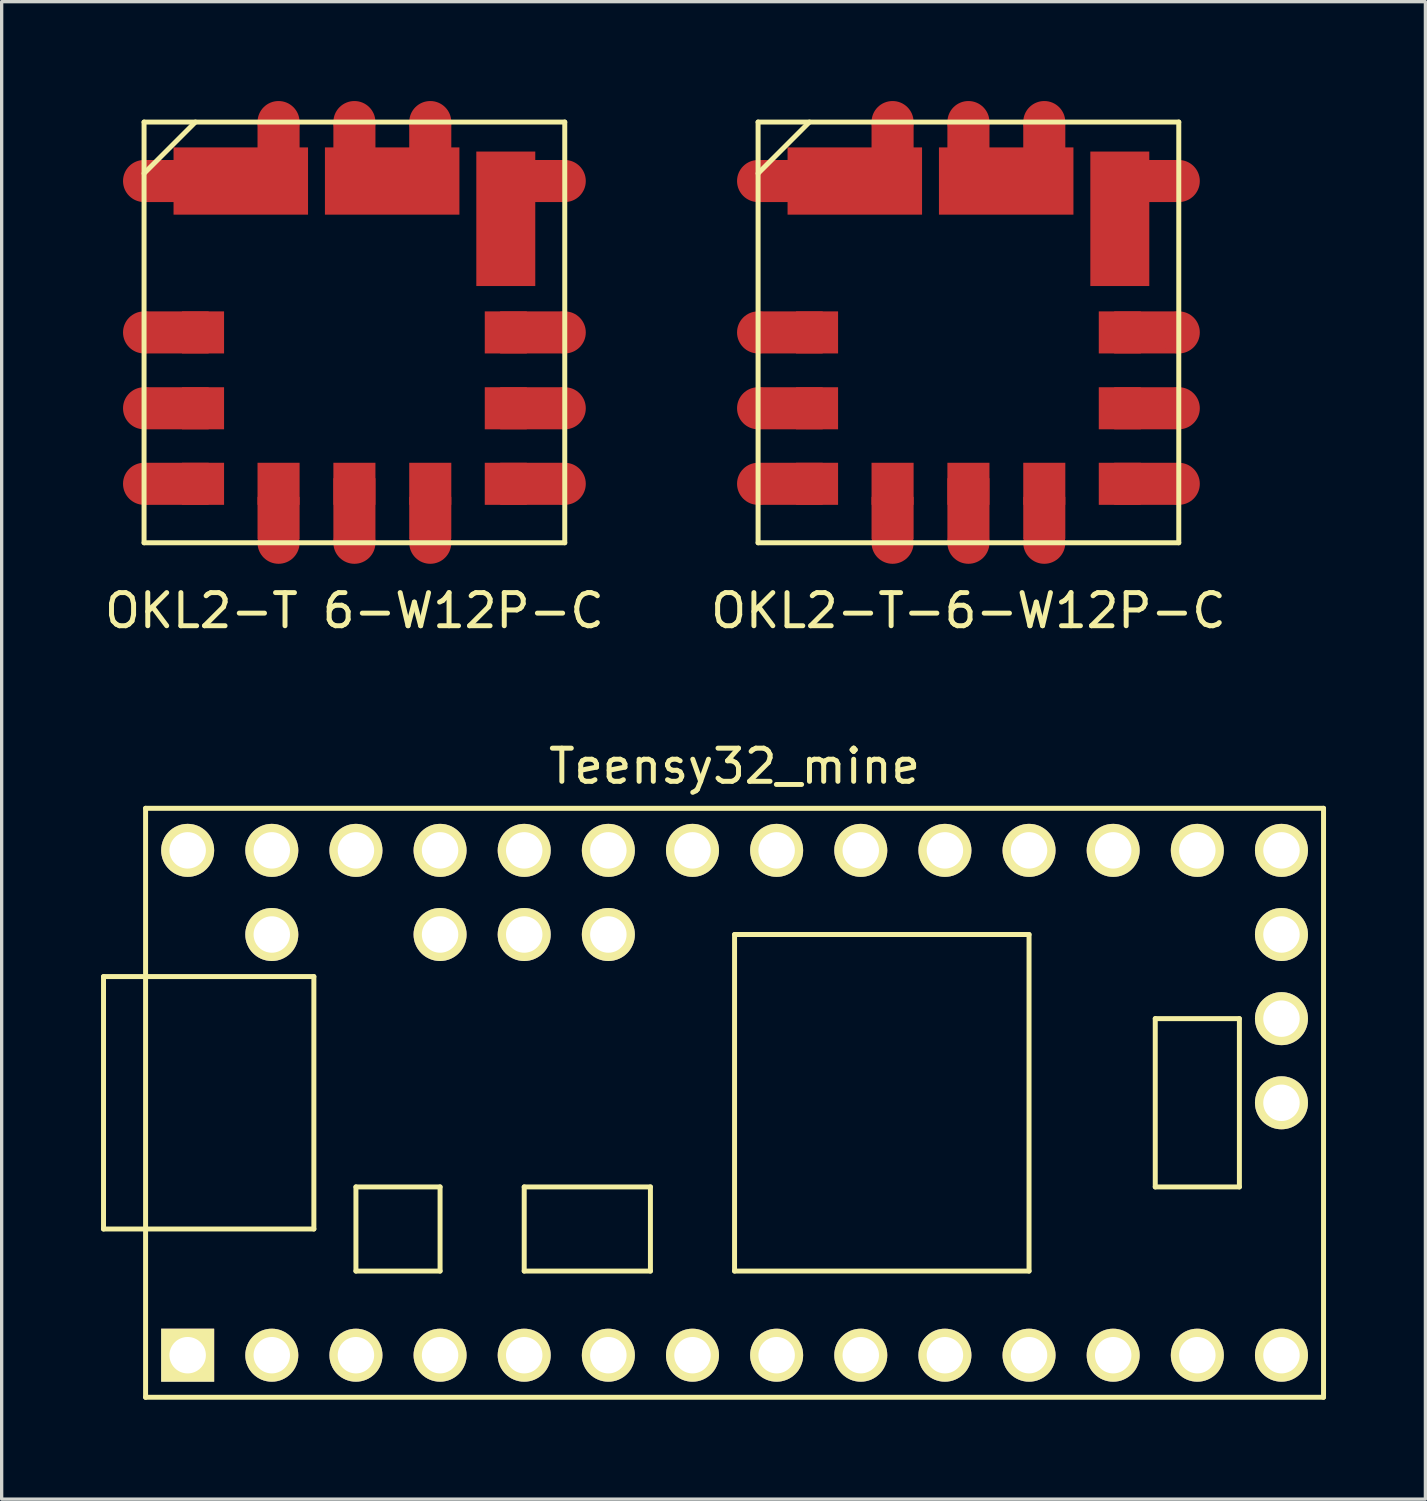
<source format=kicad_pcb>
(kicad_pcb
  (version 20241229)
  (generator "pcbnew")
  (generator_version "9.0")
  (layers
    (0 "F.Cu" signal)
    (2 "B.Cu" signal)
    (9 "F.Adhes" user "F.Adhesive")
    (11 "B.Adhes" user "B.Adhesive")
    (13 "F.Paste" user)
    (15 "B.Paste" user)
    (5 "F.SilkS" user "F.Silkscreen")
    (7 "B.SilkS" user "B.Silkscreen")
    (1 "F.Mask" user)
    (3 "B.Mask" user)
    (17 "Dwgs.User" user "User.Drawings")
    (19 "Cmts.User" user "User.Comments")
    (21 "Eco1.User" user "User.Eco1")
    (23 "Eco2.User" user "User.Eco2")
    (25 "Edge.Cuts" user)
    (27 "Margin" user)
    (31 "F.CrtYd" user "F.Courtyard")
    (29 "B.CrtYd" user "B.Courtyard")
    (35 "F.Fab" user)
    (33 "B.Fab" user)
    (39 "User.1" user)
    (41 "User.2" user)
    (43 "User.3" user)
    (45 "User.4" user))
  (footprint "OKL2-T 6-W12P-C"
    (layer "F.Cu")
    (at 7.649 6.985)
    (property "Reference" "OKL2-T 6-W12P-C" (at 0 8.4 0) (layer "F.SilkS") (effects (font (size 1 1) (thickness 0.15))))
    (attr through_hole)
    (fp_line (start -6.35 -6.35) (end -6.35 6.35) (stroke (width 0.15) (type solid)) (layer "F.SilkS"))
    (fp_line (start -6.35 6.35) (end 6.35 6.35) (stroke (width 0.15) (type solid)) (layer "F.SilkS"))
    (fp_line (start -4.8 -6.35) (end -6.35 -4.8) (stroke (width 0.15) (type solid)) (layer "F.SilkS"))
    (fp_line (start 6.35 -6.35) (end -6.35 -6.35) (stroke (width 0.15) (type solid)) (layer "F.SilkS"))
    (fp_line (start 6.35 -6.35) (end 6.35 6.35) (stroke (width 0.15) (type solid)) (layer "F.SilkS"))
    (pad "1" smd circle (at -6.35 0) (size 1.27 1.27) (layers "F.Cu"))
    (pad "1" smd rect (at -5.4 0) (size 2 1.27) (layers "F.Cu"))
    (pad "1" smd rect (at -4.57 0) (size 1.27 1.27) (layers "F.Cu" "F.Mask" "F.Paste"))
    (pad "2" smd circle (at -6.35 -4.57) (size 1.27 1.27) (layers "F.Cu"))
    (pad "2" smd rect (at -5.4 -4.57) (size 2 1.27) (layers "F.Cu"))
    (pad "2" smd rect (at -3.43 -4.57) (size 4.06 2.03) (layers "F.Cu" "F.Mask" "F.Paste"))
    (pad "2" smd circle (at -2.29 -6.35) (size 1.27 1.27) (layers "F.Cu"))
    (pad "2" smd rect (at -2.29 -5.4) (size 1.27 2) (layers "F.Cu"))
    (pad "3" smd circle (at 0 -6.35) (size 1.27 1.27) (layers "F.Cu"))
    (pad "3" smd rect (at 0 -5.4) (size 1.27 2) (layers "F.Cu"))
    (pad "3" smd rect (at 1.14 -4.57) (size 4.06 2.03) (layers "F.Cu" "F.Mask" "F.Paste"))
    (pad "3" smd circle (at 2.29 -6.35) (size 1.27 1.27) (layers "F.Cu"))
    (pad "3" smd rect (at 2.29 -5.4) (size 1.27 2) (layers "F.Cu"))
    (pad "4" smd rect (at 4.57 -3.43) (size 1.78 4.06) (layers "F.Cu" "F.Mask" "F.Paste"))
    (pad "4" smd rect (at 5.4 -4.57) (size 2 1.27) (layers "F.Cu"))
    (pad "4" smd circle (at 6.35 -4.57) (size 1.27 1.27) (layers "F.Cu"))
    (pad "5" smd rect (at 4.57 0) (size 1.27 1.27) (layers "F.Cu" "F.Mask" "F.Paste"))
    (pad "5" smd rect (at 5.4 0) (size 2 1.27) (layers "F.Cu"))
    (pad "5" smd circle (at 6.35 0) (size 1.27 1.27) (layers "F.Cu"))
    (pad "6" smd rect (at 4.57 4.57) (size 1.27 1.27) (layers "F.Cu" "F.Mask" "F.Paste"))
    (pad "6" smd rect (at 5.4 4.57) (size 2 1.27) (layers "F.Cu"))
    (pad "6" smd circle (at 6.35 4.57) (size 1.27 1.27) (layers "F.Cu"))
    (pad "7" smd rect (at 0 4.57) (size 1.27 1.27) (layers "F.Cu" "F.Mask" "F.Paste"))
    (pad "7" smd rect (at 0 5.4) (size 1.27 2) (layers "F.Cu"))
    (pad "7" smd circle (at 0 6.35) (size 1.27 1.27) (layers "F.Cu"))
    (pad "8" smd rect (at -2.29 4.57) (size 1.27 1.27) (layers "F.Cu" "F.Mask" "F.Paste"))
    (pad "8" smd rect (at -2.29 5.6) (size 1.27 1.27) (layers "F.Cu"))
    (pad "8" smd circle (at -2.29 6.35) (size 1.27 1.27) (layers "F.Cu"))
    (pad "9" smd circle (at -6.35 4.57) (size 1.27 1.27) (layers "F.Cu"))
    (pad "9" smd rect (at -5.4 4.57) (size 2 1.27) (layers "F.Cu"))
    (pad "9" smd rect (at -4.57 4.57) (size 1.27 1.27) (layers "F.Cu" "F.Mask" "F.Paste"))
    (pad "10" smd circle (at -6.35 2.29) (size 1.27 1.27) (layers "F.Cu"))
    (pad "10" smd rect (at -5.4 2.29) (size 2 1.27) (layers "F.Cu"))
    (pad "10" smd rect (at -4.57 2.29) (size 1.27 1.27) (layers "F.Cu" "F.Mask" "F.Paste"))
    (pad "11" smd rect (at 4.57 2.29) (size 1.27 1.27) (layers "F.Cu" "F.Mask" "F.Paste"))
    (pad "11" smd rect (at 5.4 2.29) (size 2 1.27) (layers "F.Cu"))
    (pad "11" smd circle (at 6.35 2.29) (size 1.27 1.27) (layers "F.Cu"))
    (pad "12" smd rect (at 2.29 4.57) (size 1.27 1.27) (layers "F.Cu" "F.Mask" "F.Paste"))
    (pad "12" smd rect (at 2.29 5.6) (size 1.27 1.27) (layers "F.Cu"))
    (pad "12" smd circle (at 2.29 6.35) (size 1.27 1.27) (layers "F.Cu")))
  (footprint "OKL2-T-6-W12P-C"
    (layer "F.Cu")
    (at 26.185 6.985)
    (property "Reference" "OKL2-T-6-W12P-C" (at 0 8.4 0) (layer "F.SilkS") (effects (font (size 1 1) (thickness 0.15))))
    (attr smd)
    (fp_line (start -6.35 -6.35) (end -6.35 6.35) (stroke (width 0.15) (type solid)) (layer "F.SilkS"))
    (fp_line (start -6.35 6.35) (end 6.35 6.35) (stroke (width 0.15) (type solid)) (layer "F.SilkS"))
    (fp_line (start -4.8 -6.35) (end -6.35 -4.8) (stroke (width 0.15) (type solid)) (layer "F.SilkS"))
    (fp_line (start 6.35 -6.35) (end -6.35 -6.35) (stroke (width 0.15) (type solid)) (layer "F.SilkS"))
    (fp_line (start 6.35 -6.35) (end 6.35 6.35) (stroke (width 0.15) (type solid)) (layer "F.SilkS"))
    (pad "1" smd circle (at -6.35 0) (size 1.27 1.27) (layers "F.Cu"))
    (pad "1" smd rect (at -5.4 0) (size 2 1.27) (layers "F.Cu"))
    (pad "1" smd rect (at -4.57 0) (size 1.27 1.27) (layers "F.Cu" "F.Mask" "F.Paste"))
    (pad "2" smd circle (at -6.35 -4.57) (size 1.27 1.27) (layers "F.Cu"))
    (pad "2" smd rect (at -5.4 -4.57) (size 2 1.27) (layers "F.Cu"))
    (pad "2" smd rect (at -3.43 -4.57) (size 4.06 2.03) (layers "F.Cu" "F.Mask" "F.Paste"))
    (pad "2" smd circle (at -2.29 -6.35) (size 1.27 1.27) (layers "F.Cu"))
    (pad "2" smd rect (at -2.29 -5.4) (size 1.27 2) (layers "F.Cu"))
    (pad "3" smd circle (at 0 -6.35) (size 1.27 1.27) (layers "F.Cu"))
    (pad "3" smd rect (at 0 -5.4) (size 1.27 2) (layers "F.Cu"))
    (pad "3" smd rect (at 1.14 -4.57) (size 4.06 2.03) (layers "F.Cu" "F.Mask" "F.Paste"))
    (pad "3" smd circle (at 2.29 -6.35) (size 1.27 1.27) (layers "F.Cu"))
    (pad "3" smd rect (at 2.29 -5.4) (size 1.27 2) (layers "F.Cu"))
    (pad "4" smd rect (at 4.57 -3.43) (size 1.78 4.06) (layers "F.Cu" "F.Mask" "F.Paste"))
    (pad "4" smd rect (at 5.4 -4.57) (size 2 1.27) (layers "F.Cu"))
    (pad "4" smd circle (at 6.35 -4.57) (size 1.27 1.27) (layers "F.Cu"))
    (pad "5" smd rect (at 4.57 0) (size 1.27 1.27) (layers "F.Cu" "F.Mask" "F.Paste"))
    (pad "5" smd rect (at 5.4 0) (size 2 1.27) (layers "F.Cu"))
    (pad "5" smd circle (at 6.35 0) (size 1.27 1.27) (layers "F.Cu"))
    (pad "6" smd rect (at 4.57 4.57) (size 1.27 1.27) (layers "F.Cu" "F.Mask" "F.Paste"))
    (pad "6" smd rect (at 5.4 4.57) (size 2 1.27) (layers "F.Cu"))
    (pad "6" smd circle (at 6.35 4.57) (size 1.27 1.27) (layers "F.Cu"))
    (pad "7" smd rect (at 0 4.57) (size 1.27 1.27) (layers "F.Cu" "F.Mask" "F.Paste"))
    (pad "7" smd rect (at 0 5.4) (size 1.27 2) (layers "F.Cu"))
    (pad "7" smd circle (at 0 6.35) (size 1.27 1.27) (layers "F.Cu"))
    (pad "8" smd rect (at -2.29 4.57) (size 1.27 1.27) (layers "F.Cu" "F.Mask" "F.Paste"))
    (pad "8" smd rect (at -2.29 5.6) (size 1.27 1.27) (layers "F.Cu"))
    (pad "8" smd circle (at -2.29 6.35) (size 1.27 1.27) (layers "F.Cu"))
    (pad "9" smd circle (at -6.35 4.57) (size 1.27 1.27) (layers "F.Cu"))
    (pad "9" smd rect (at -5.4 4.57) (size 2 1.27) (layers "F.Cu"))
    (pad "9" smd rect (at -4.57 4.57) (size 1.27 1.27) (layers "F.Cu" "F.Mask" "F.Paste"))
    (pad "10" smd circle (at -6.35 2.29) (size 1.27 1.27) (layers "F.Cu"))
    (pad "10" smd rect (at -5.4 2.29) (size 2 1.27) (layers "F.Cu"))
    (pad "10" smd rect (at -4.57 2.29) (size 1.27 1.27) (layers "F.Cu" "F.Mask" "F.Paste"))
    (pad "11" smd rect (at 4.57 2.29) (size 1.27 1.27) (layers "F.Cu" "F.Mask" "F.Paste"))
    (pad "11" smd rect (at 5.4 2.29) (size 2 1.27) (layers "F.Cu"))
    (pad "11" smd circle (at 6.35 2.29) (size 1.27 1.27) (layers "F.Cu"))
    (pad "12" smd rect (at 2.29 4.57) (size 1.27 1.27) (layers "F.Cu" "F.Mask" "F.Paste"))
    (pad "12" smd rect (at 2.29 5.6) (size 1.27 1.27) (layers "F.Cu"))
    (pad "12" smd circle (at 2.29 6.35) (size 1.27 1.27) (layers "F.Cu")))
  (footprint "Teensy32_mine"
    (layer "F.Cu")
    (at 19.125 30.241)
    (property "Reference" "Teensy32_mine" (at 0 -10.16 0) (layer "F.SilkS") (effects (font (size 1 1) (thickness 0.15))))
    (attr through_hole)
    (fp_line (start -19.05 -3.81) (end -17.78 -3.81) (stroke (width 0.15) (type solid)) (layer "F.SilkS"))
    (fp_line (start -19.05 3.81) (end -19.05 -3.81) (stroke (width 0.15) (type solid)) (layer "F.SilkS"))
    (fp_line (start -17.78 -8.89) (end 17.78 -8.89) (stroke (width 0.15) (type solid)) (layer "F.SilkS"))
    (fp_line (start -17.78 3.81) (end -19.05 3.81) (stroke (width 0.15) (type solid)) (layer "F.SilkS"))
    (fp_line (start -17.78 8.89) (end -17.78 -8.89) (stroke (width 0.15) (type solid)) (layer "F.SilkS"))
    (fp_line (start -12.7 -3.81) (end -17.78 -3.81) (stroke (width 0.15) (type solid)) (layer "F.SilkS"))
    (fp_line (start -12.7 3.81) (end -17.78 3.81) (stroke (width 0.15) (type solid)) (layer "F.SilkS"))
    (fp_line (start -12.7 3.81) (end -12.7 -3.81) (stroke (width 0.15) (type solid)) (layer "F.SilkS"))
    (fp_line (start -11.43 2.54) (end -11.43 5.08) (stroke (width 0.15) (type solid)) (layer "F.SilkS"))
    (fp_line (start -11.43 5.08) (end -8.89 5.08) (stroke (width 0.15) (type solid)) (layer "F.SilkS"))
    (fp_line (start -8.89 2.54) (end -11.43 2.54) (stroke (width 0.15) (type solid)) (layer "F.SilkS"))
    (fp_line (start -8.89 5.08) (end -8.89 2.54) (stroke (width 0.15) (type solid)) (layer "F.SilkS"))
    (fp_line (start -6.35 2.54) (end -6.35 5.08) (stroke (width 0.15) (type solid)) (layer "F.SilkS"))
    (fp_line (start -6.35 5.08) (end -2.54 5.08) (stroke (width 0.15) (type solid)) (layer "F.SilkS"))
    (fp_line (start -2.54 2.54) (end -6.35 2.54) (stroke (width 0.15) (type solid)) (layer "F.SilkS"))
    (fp_line (start -2.54 5.08) (end -2.54 2.54) (stroke (width 0.15) (type solid)) (layer "F.SilkS"))
    (fp_line (start 0 -5.08) (end 0 5.08) (stroke (width 0.15) (type solid)) (layer "F.SilkS"))
    (fp_line (start 8.89 -5.08) (end 0 -5.08) (stroke (width 0.15) (type solid)) (layer "F.SilkS"))
    (fp_line (start 8.89 5.08) (end 0 5.08) (stroke (width 0.15) (type solid)) (layer "F.SilkS"))
    (fp_line (start 8.89 5.08) (end 8.89 -5.08) (stroke (width 0.15) (type solid)) (layer "F.SilkS"))
    (fp_line (start 12.7 -2.54) (end 15.24 -2.54) (stroke (width 0.15) (type solid)) (layer "F.SilkS"))
    (fp_line (start 12.7 2.54) (end 12.7 -2.54) (stroke (width 0.15) (type solid)) (layer "F.SilkS"))
    (fp_line (start 15.24 -2.54) (end 15.24 2.54) (stroke (width 0.15) (type solid)) (layer "F.SilkS"))
    (fp_line (start 15.24 2.54) (end 12.7 2.54) (stroke (width 0.15) (type solid)) (layer "F.SilkS"))
    (fp_line (start 17.78 -8.89) (end 17.78 8.89) (stroke (width 0.15) (type solid)) (layer "F.SilkS"))
    (fp_line (start 17.78 8.89) (end -17.78 8.89) (stroke (width 0.15) (type solid)) (layer "F.SilkS"))
    (pad "1" thru_hole rect (at -16.51 7.62) (size 1.6 1.6) (drill 1.1) (layers "*.Cu" "*.Mask" "F.SilkS"))
    (pad "2" thru_hole circle (at -13.97 7.62) (size 1.6 1.6) (drill 1.1) (layers "*.Cu" "*.Mask" "F.SilkS"))
    (pad "3" thru_hole circle (at -11.43 7.62) (size 1.6 1.6) (drill 1.1) (layers "*.Cu" "*.Mask" "F.SilkS"))
    (pad "4" thru_hole circle (at -8.89 7.62) (size 1.6 1.6) (drill 1.1) (layers "*.Cu" "*.Mask" "F.SilkS"))
    (pad "5" thru_hole circle (at -6.35 7.62) (size 1.6 1.6) (drill 1.1) (layers "*.Cu" "*.Mask" "F.SilkS"))
    (pad "6" thru_hole circle (at -3.81 7.62) (size 1.6 1.6) (drill 1.1) (layers "*.Cu" "*.Mask" "F.SilkS"))
    (pad "7" thru_hole circle (at -1.27 7.62) (size 1.6 1.6) (drill 1.1) (layers "*.Cu" "*.Mask" "F.SilkS"))
    (pad "8" thru_hole circle (at 1.27 7.62) (size 1.6 1.6) (drill 1.1) (layers "*.Cu" "*.Mask" "F.SilkS"))
    (pad "9" thru_hole circle (at 3.81 7.62) (size 1.6 1.6) (drill 1.1) (layers "*.Cu" "*.Mask" "F.SilkS"))
    (pad "10" thru_hole circle (at 6.35 7.62) (size 1.6 1.6) (drill 1.1) (layers "*.Cu" "*.Mask" "F.SilkS"))
    (pad "11" thru_hole circle (at 8.89 7.62) (size 1.6 1.6) (drill 1.1) (layers "*.Cu" "*.Mask" "F.SilkS"))
    (pad "12" thru_hole circle (at 11.43 7.62) (size 1.6 1.6) (drill 1.1) (layers "*.Cu" "*.Mask" "F.SilkS"))
    (pad "13" thru_hole circle (at 13.97 7.62) (size 1.6 1.6) (drill 1.1) (layers "*.Cu" "*.Mask" "F.SilkS"))
    (pad "14" thru_hole circle (at 16.51 7.62) (size 1.6 1.6) (drill 1.1) (layers "*.Cu" "*.Mask" "F.SilkS"))
    (pad "17" thru_hole circle (at 16.51 0) (size 1.6 1.6) (drill 1.1) (layers "*.Cu" "*.Mask" "F.SilkS"))
    (pad "18" thru_hole circle (at 16.51 -2.54) (size 1.6 1.6) (drill 1.1) (layers "*.Cu" "*.Mask" "F.SilkS"))
    (pad "19" thru_hole circle (at 16.51 -5.08) (size 1.6 1.6) (drill 1.1) (layers "*.Cu" "*.Mask" "F.SilkS"))
    (pad "20" thru_hole circle (at 16.51 -7.62) (size 1.6 1.6) (drill 1.1) (layers "*.Cu" "*.Mask" "F.SilkS"))
    (pad "21" thru_hole circle (at 13.97 -7.62) (size 1.6 1.6) (drill 1.1) (layers "*.Cu" "*.Mask" "F.SilkS"))
    (pad "22" thru_hole circle (at 11.43 -7.62) (size 1.6 1.6) (drill 1.1) (layers "*.Cu" "*.Mask" "F.SilkS"))
    (pad "23" thru_hole circle (at 8.89 -7.62) (size 1.6 1.6) (drill 1.1) (layers "*.Cu" "*.Mask" "F.SilkS"))
    (pad "24" thru_hole circle (at 6.35 -7.62) (size 1.6 1.6) (drill 1.1) (layers "*.Cu" "*.Mask" "F.SilkS"))
    (pad "25" thru_hole circle (at 3.81 -7.62) (size 1.6 1.6) (drill 1.1) (layers "*.Cu" "*.Mask" "F.SilkS"))
    (pad "26" thru_hole circle (at 1.27 -7.62) (size 1.6 1.6) (drill 1.1) (layers "*.Cu" "*.Mask" "F.SilkS"))
    (pad "27" thru_hole circle (at -1.27 -7.62) (size 1.6 1.6) (drill 1.1) (layers "*.Cu" "*.Mask" "F.SilkS"))
    (pad "28" thru_hole circle (at -3.81 -7.62) (size 1.6 1.6) (drill 1.1) (layers "*.Cu" "*.Mask" "F.SilkS"))
    (pad "29" thru_hole circle (at -6.35 -7.62) (size 1.6 1.6) (drill 1.1) (layers "*.Cu" "*.Mask" "F.SilkS"))
    (pad "30" thru_hole circle (at -8.89 -7.62) (size 1.6 1.6) (drill 1.1) (layers "*.Cu" "*.Mask" "F.SilkS"))
    (pad "31" thru_hole circle (at -11.43 -7.62) (size 1.6 1.6) (drill 1.1) (layers "*.Cu" "*.Mask" "F.SilkS"))
    (pad "32" thru_hole circle (at -13.97 -7.62) (size 1.6 1.6) (drill 1.1) (layers "*.Cu" "*.Mask" "F.SilkS"))
    (pad "33" thru_hole circle (at -16.51 -7.62) (size 1.6 1.6) (drill 1.1) (layers "*.Cu" "*.Mask" "F.SilkS"))
    (pad "34" thru_hole circle (at -13.97 -5.08) (size 1.6 1.6) (drill 1.1) (layers "*.Cu" "*.Mask" "F.SilkS"))
    (pad "35" thru_hole circle (at -8.89 -5.08) (size 1.6 1.6) (drill 1.1) (layers "*.Cu" "*.Mask" "F.SilkS"))
    (pad "36" thru_hole circle (at -6.35 -5.08) (size 1.6 1.6) (drill 1.1) (layers "*.Cu" "*.Mask" "F.SilkS"))
    (pad "37" thru_hole circle (at -3.81 -5.08) (size 1.6 1.6) (drill 1.1) (layers "*.Cu" "*.Mask" "F.SilkS")))
  (gr_rect
    (start -3 -3)
    (end 39.98 42.206)
    (stroke (width 0.1) (type default))
    (fill no)
    (layer "Edge.Cuts")))
</source>
